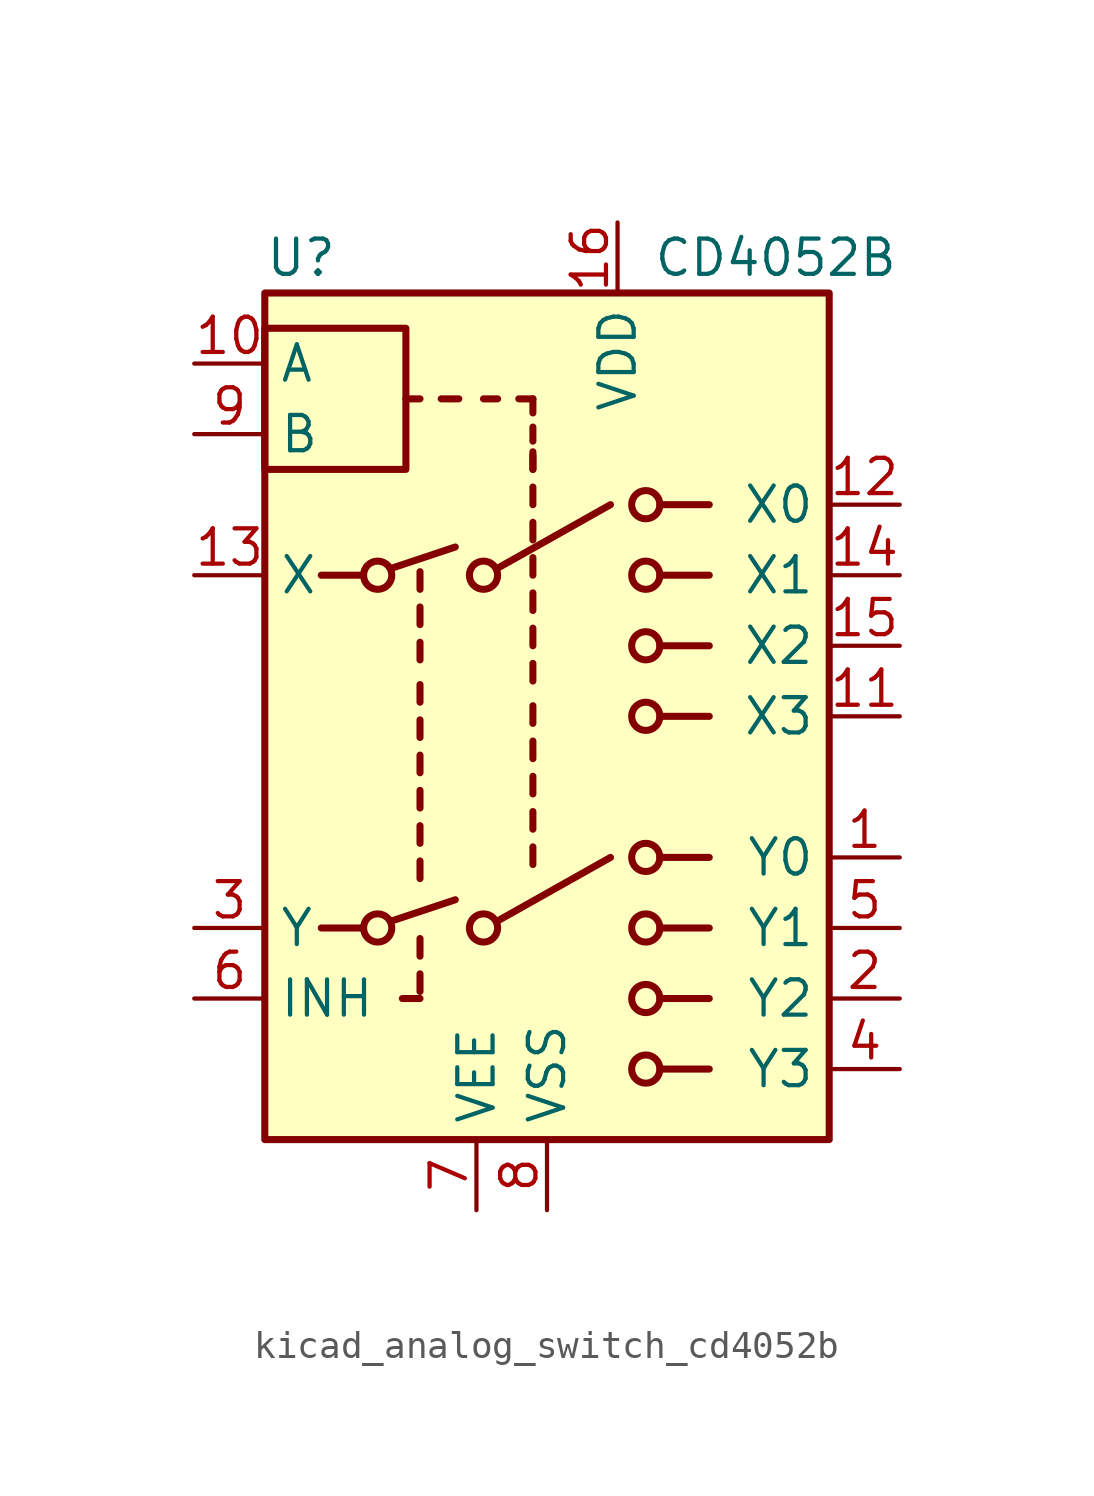
<source format=kicad_sym>
(kicad_symbol_lib
  (version 20220914)
  (generator kicad_symbol_editor)
  (symbol "kicad_analog_switch_cd4052b"
    (property "Reference" "U"
      (at -10.16 16.51 0)
      (effects (font (size 1.27 1.27)) (justify left)))
    (property "Value" "CD4052B"
      (at 3.81 16.51 0)
      (effects (font (size 1.27 1.27)) (justify left)))
    (symbol "kicad_analog_switch_cd4052b_0_1"
      (rectangle (start -10.16 8.89) (end -5.08 13.97) (stroke (width 0.254) (type default)) (fill (type none)))
      (rectangle (start -10.16 15.24) (end 10.16 -15.24) (stroke (width 0.254) (type default)) (fill (type background)))
      (circle (center -6.096 -7.62) (radius 0.508) (stroke (width 0.254) (type default)) (fill (type none)))
      (circle (center -6.096 5.08) (radius 0.508) (stroke (width 0.254) (type default)) (fill (type none)))
      (circle (center -2.286 -7.62) (radius 0.508) (stroke (width 0.254) (type default)) (fill (type none)))
      (circle (center -2.286 5.08) (radius 0.508) (stroke (width 0.254) (type default)) (fill (type none)))
      (polyline (pts (xy -8.128 -7.62) (xy -6.604 -7.62)) (stroke (width 0.254) (type default)) (fill (type none)))
      (polyline (pts (xy -8.128 5.08) (xy -6.604 5.08)) (stroke (width 0.254) (type default)) (fill (type none)))
      (polyline (pts (xy -5.588 -7.366) (xy -3.302 -6.604)) (stroke (width 0.254) (type default)) (fill (type none)))
      (polyline (pts (xy -5.588 5.334) (xy -3.302 6.096)) (stroke (width 0.254) (type default)) (fill (type none)))
      (polyline (pts (xy -4.572 -10.16) (xy -5.207 -10.16)) (stroke (width 0.254) (type default)) (fill (type none)))
      (polyline (pts (xy -4.572 -9.906) (xy -4.572 -9.271)) (stroke (width 0.254) (type default)) (fill (type none)))
      (polyline (pts (xy -4.572 -8.636) (xy -4.572 -8.001)) (stroke (width 0.254) (type default)) (fill (type none)))
      (polyline (pts (xy -4.572 -5.842) (xy -4.572 -5.207)) (stroke (width 0.254) (type default)) (fill (type none)))
      (polyline (pts (xy -4.572 -4.572) (xy -4.572 -3.937)) (stroke (width 0.254) (type default)) (fill (type none)))
      (polyline (pts (xy -4.572 -3.302) (xy -4.572 -2.667)) (stroke (width 0.254) (type default)) (fill (type none)))
      (polyline (pts (xy -4.572 -2.032) (xy -4.572 -1.397)) (stroke (width 0.254) (type default)) (fill (type none)))
      (polyline (pts (xy -4.572 -0.762) (xy -4.572 -0.127)) (stroke (width 0.254) (type default)) (fill (type none)))
      (polyline (pts (xy -4.572 0.508) (xy -4.572 1.143)) (stroke (width 0.254) (type default)) (fill (type none)))
      (polyline (pts (xy -4.572 2.032) (xy -4.572 2.667)) (stroke (width 0.254) (type default)) (fill (type none)))
      (polyline (pts (xy -4.572 3.302) (xy -4.572 3.937)) (stroke (width 0.254) (type default)) (fill (type none)))
      (polyline (pts (xy -4.572 4.572) (xy -4.572 5.207)) (stroke (width 0.254) (type default)) (fill (type none)))
      (polyline (pts (xy -4.572 11.43) (xy -5.08 11.43)) (stroke (width 0.254) (type default)) (fill (type none)))
      (polyline (pts (xy -3.81 11.43) (xy -3.175 11.43)) (stroke (width 0.254) (type default)) (fill (type none)))
      (polyline (pts (xy -1.778 -7.366) (xy 2.286 -5.08)) (stroke (width 0.254) (type default)) (fill (type none)))
      (polyline (pts (xy -1.778 5.334) (xy 2.286 7.62)) (stroke (width 0.254) (type default)) (fill (type none)))
      (polyline (pts (xy -1.778 11.43) (xy -2.286 11.43)) (stroke (width 0.254) (type default)) (fill (type none)))
      (polyline (pts (xy -0.508 -5.334) (xy -0.508 -4.699)) (stroke (width 0.254) (type default)) (fill (type none)))
      (polyline (pts (xy -0.508 -4.064) (xy -0.508 -3.429)) (stroke (width 0.254) (type default)) (fill (type none)))
      (polyline (pts (xy -0.508 -2.794) (xy -0.508 -2.159)) (stroke (width 0.254) (type default)) (fill (type none)))
      (polyline (pts (xy -0.508 -1.524) (xy -0.508 -0.889)) (stroke (width 0.254) (type default)) (fill (type none)))
      (polyline (pts (xy -0.508 -0.254) (xy -0.508 0.381)) (stroke (width 0.254) (type default)) (fill (type none)))
      (polyline (pts (xy -0.508 1.27) (xy -0.508 1.905)) (stroke (width 0.254) (type default)) (fill (type none)))
      (polyline (pts (xy -0.508 2.54) (xy -0.508 3.175)) (stroke (width 0.254) (type default)) (fill (type none)))
      (polyline (pts (xy -0.508 3.81) (xy -0.508 4.445)) (stroke (width 0.254) (type default)) (fill (type none)))
      (polyline (pts (xy -0.508 5.08) (xy -0.508 5.715)) (stroke (width 0.254) (type default)) (fill (type none)))
      (polyline (pts (xy -0.508 6.35) (xy -0.508 6.985)) (stroke (width 0.254) (type default)) (fill (type none)))
      (polyline (pts (xy -0.508 7.62) (xy -0.508 8.255)) (stroke (width 0.254) (type default)) (fill (type none)))
      (polyline (pts (xy -0.508 8.89) (xy -0.508 9.398)) (stroke (width 0.254) (type default)) (fill (type none)))
      (polyline (pts (xy -0.508 8.89) (xy -0.508 9.525)) (stroke (width 0.254) (type default)) (fill (type none)))
      (polyline (pts (xy -0.508 9.906) (xy -0.508 10.414)) (stroke (width 0.254) (type default)) (fill (type none)))
      (polyline (pts (xy -0.508 10.922) (xy -0.508 11.43)) (stroke (width 0.254) (type default)) (fill (type none)))
      (polyline (pts (xy -0.508 11.43) (xy -1.016 11.43)) (stroke (width 0.254) (type default)) (fill (type none)))
      (polyline (pts (xy 4.064 -12.7) (xy 5.842 -12.7)) (stroke (width 0.254) (type default)) (fill (type none)))
      (polyline (pts (xy 4.064 -10.16) (xy 5.842 -10.16)) (stroke (width 0.254) (type default)) (fill (type none)))
      (polyline (pts (xy 4.064 -7.62) (xy 5.842 -7.62)) (stroke (width 0.254) (type default)) (fill (type none)))
      (polyline (pts (xy 4.064 -5.08) (xy 5.842 -5.08)) (stroke (width 0.254) (type default)) (fill (type none)))
      (polyline (pts (xy 4.064 0) (xy 5.842 0)) (stroke (width 0.254) (type default)) (fill (type none)))
      (polyline (pts (xy 4.064 2.54) (xy 5.842 2.54)) (stroke (width 0.254) (type default)) (fill (type none)))
      (polyline (pts (xy 4.064 5.08) (xy 5.842 5.08)) (stroke (width 0.254) (type default)) (fill (type none)))
      (polyline (pts (xy 4.064 7.62) (xy 5.842 7.62)) (stroke (width 0.254) (type default)) (fill (type none)))
      (circle (center 3.556 -12.7) (radius 0.508) (stroke (width 0.254) (type default)) (fill (type none)))
      (circle (center 3.556 -10.16) (radius 0.508) (stroke (width 0.254) (type default)) (fill (type none)))
      (circle (center 3.556 -7.62) (radius 0.508) (stroke (width 0.254) (type default)) (fill (type none)))
      (circle (center 3.556 -5.08) (radius 0.508) (stroke (width 0.254) (type default)) (fill (type none)))
      (circle (center 3.556 0) (radius 0.508) (stroke (width 0.254) (type default)) (fill (type none)))
      (circle (center 3.556 2.54) (radius 0.508) (stroke (width 0.254) (type default)) (fill (type none)))
      (circle (center 3.556 5.08) (radius 0.508) (stroke (width 0.254) (type default)) (fill (type none)))
      (circle (center 3.556 7.62) (radius 0.508) (stroke (width 0.254) (type default)) (fill (type none))))
    (symbol "kicad_analog_switch_cd4052b_1_1"
      (pin bidirectional line (at 12.7 -5.08 180) (length 2.54) (name "Y0" (effects (font (size 1.27 1.27)))) (number "1" (effects (font (size 1.27 1.27)))))
      (pin input line (at -12.7 12.7 0) (length 2.54) (name "A" (effects (font (size 1.27 1.27)))) (number "10" (effects (font (size 1.27 1.27)))))
      (pin bidirectional line (at 12.7 0 180) (length 2.54) (name "X3" (effects (font (size 1.27 1.27)))) (number "11" (effects (font (size 1.27 1.27)))))
      (pin bidirectional line (at 12.7 7.62 180) (length 2.54) (name "X0" (effects (font (size 1.27 1.27)))) (number "12" (effects (font (size 1.27 1.27)))))
      (pin bidirectional line (at -12.7 5.08 0) (length 2.54) (name "X" (effects (font (size 1.27 1.27)))) (number "13" (effects (font (size 1.27 1.27)))))
      (pin bidirectional line (at 12.7 5.08 180) (length 2.54) (name "X1" (effects (font (size 1.27 1.27)))) (number "14" (effects (font (size 1.27 1.27)))))
      (pin bidirectional line (at 12.7 2.54 180) (length 2.54) (name "X2" (effects (font (size 1.27 1.27)))) (number "15" (effects (font (size 1.27 1.27)))))
      (pin power_in line (at 2.54 17.78 270) (length 2.54) (name "VDD" (effects (font (size 1.27 1.27)))) (number "16" (effects (font (size 1.27 1.27)))))
      (pin bidirectional line (at 12.7 -10.16 180) (length 2.54) (name "Y2" (effects (font (size 1.27 1.27)))) (number "2" (effects (font (size 1.27 1.27)))))
      (pin bidirectional line (at -12.7 -7.62 0) (length 2.54) (name "Y" (effects (font (size 1.27 1.27)))) (number "3" (effects (font (size 1.27 1.27)))))
      (pin bidirectional line (at 12.7 -12.7 180) (length 2.54) (name "Y3" (effects (font (size 1.27 1.27)))) (number "4" (effects (font (size 1.27 1.27)))))
      (pin bidirectional line (at 12.7 -7.62 180) (length 2.54) (name "Y1" (effects (font (size 1.27 1.27)))) (number "5" (effects (font (size 1.27 1.27)))))
      (pin input line (at -12.7 -10.16 0) (length 2.54) (name "INH" (effects (font (size 1.27 1.27)))) (number "6" (effects (font (size 1.27 1.27)))))
      (pin power_in line (at -2.54 -17.78 90) (length 2.54) (name "VEE" (effects (font (size 1.27 1.27)))) (number "7" (effects (font (size 1.27 1.27)))))
      (pin power_in line (at 0 -17.78 90) (length 2.54) (name "VSS" (effects (font (size 1.27 1.27)))) (number "8" (effects (font (size 1.27 1.27)))))
      (pin input line (at -12.7 10.16 0) (length 2.54) (name "B" (effects (font (size 1.27 1.27)))) (number "9" (effects (font (size 1.27 1.27))))))))
</source>
